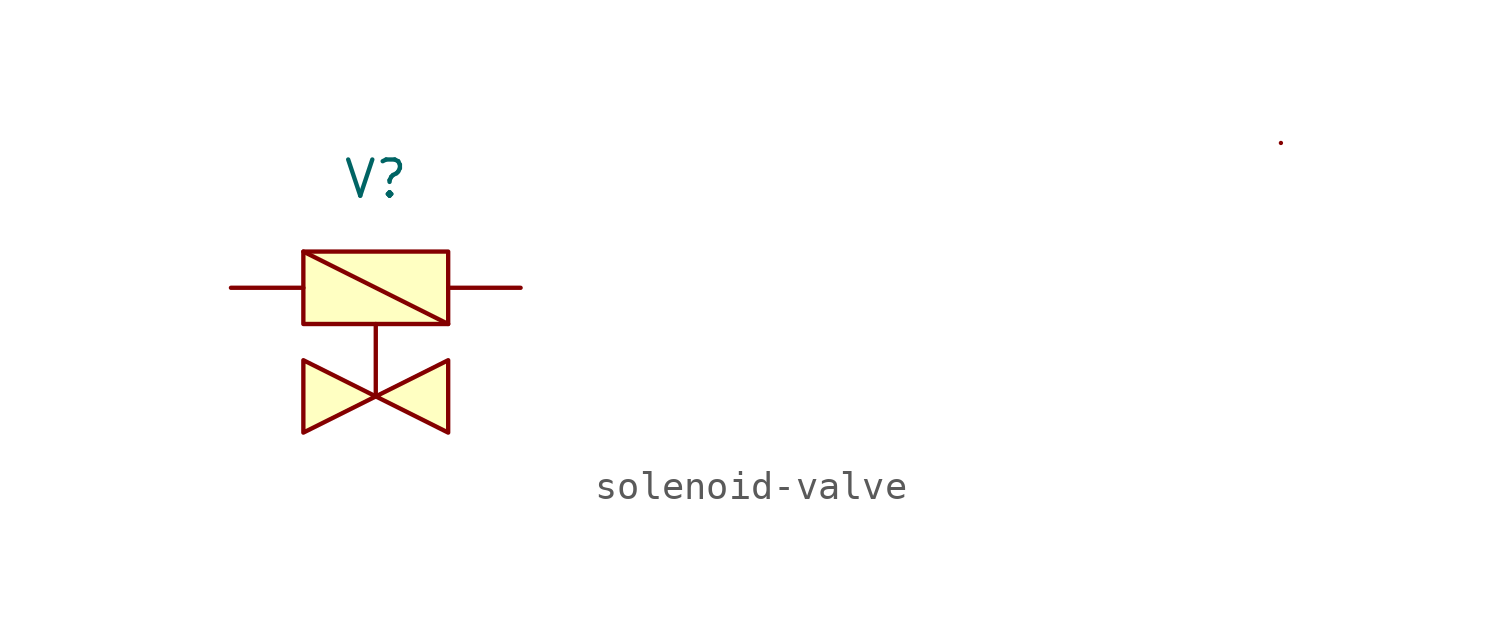
<source format=kicad_sym>
(kicad_symbol_lib
  (version 20241209)
  (generator "kicad_symbol_editor")
  (generator_version "9.0")
  (symbol "solenoid-valve"
    (property "Reference" "V"
      (at 0 0 0)
      (effects (font (size 1.27 1.27))))
    (property "Value" ""
      (at 0 0 0)
      (effects (font (size 1.27 1.27))))
    (symbol "solenoid-valve_1_1"
      (rectangle (start -2.54 -2.54) (end 2.54 -5.08) (stroke (width 0) (type solid)) (fill (type background)))
      (polyline (pts (xy -2.54 -2.54) (xy 2.54 -5.08)) (stroke (width 0) (type default)) (fill (type none)))
      (polyline (pts (xy 0 -5.08) (xy 0 -7.62)) (stroke (width 0) (type default)) (fill (type none)))
      (polyline (pts (xy 0 -7.62) (xy -2.54 -6.35) (xy -2.54 -8.89) (xy 0 -7.62)) (stroke (width 0) (type solid)) (fill (type background)))
      (polyline (pts (xy 0 -7.62) (xy 2.54 -6.35) (xy 2.54 -8.89) (xy 0 -7.62)) (stroke (width 0) (type solid)) (fill (type background)))
      (arc (start 31.75 1.27) (mid 31.75 1.27) (end 31.75 1.27) (stroke (width 0) (type default)) (fill (type none)))
      (pin power_in line (at -5.08 -3.81 0) (length 2.54) (name "" (effects (font (size 1.27 1.27)))) (number "" (effects (font (size 1.27 1.27)))))
      (pin power_in line (at 5.08 -3.81 180) (length 2.54) (name "" (effects (font (size 1.27 1.27)))) (number "" (effects (font (size 1.27 1.27))))))))
</source>
